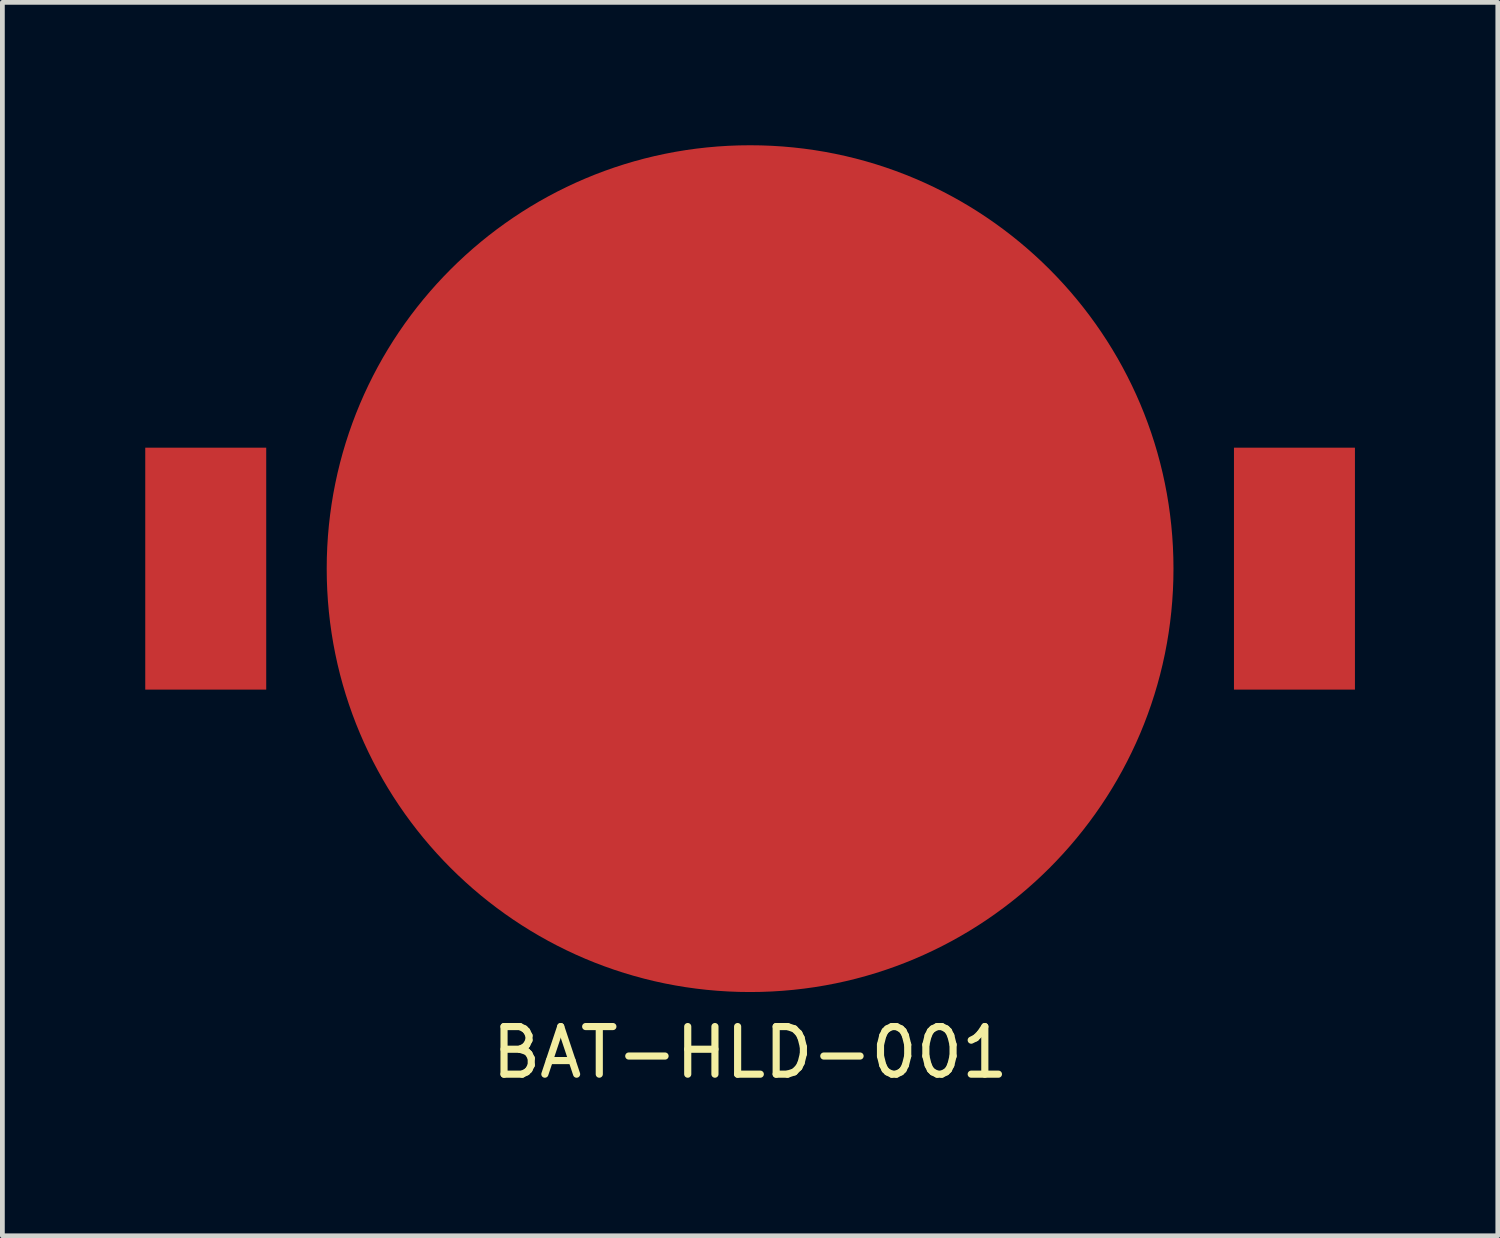
<source format=kicad_pcb>
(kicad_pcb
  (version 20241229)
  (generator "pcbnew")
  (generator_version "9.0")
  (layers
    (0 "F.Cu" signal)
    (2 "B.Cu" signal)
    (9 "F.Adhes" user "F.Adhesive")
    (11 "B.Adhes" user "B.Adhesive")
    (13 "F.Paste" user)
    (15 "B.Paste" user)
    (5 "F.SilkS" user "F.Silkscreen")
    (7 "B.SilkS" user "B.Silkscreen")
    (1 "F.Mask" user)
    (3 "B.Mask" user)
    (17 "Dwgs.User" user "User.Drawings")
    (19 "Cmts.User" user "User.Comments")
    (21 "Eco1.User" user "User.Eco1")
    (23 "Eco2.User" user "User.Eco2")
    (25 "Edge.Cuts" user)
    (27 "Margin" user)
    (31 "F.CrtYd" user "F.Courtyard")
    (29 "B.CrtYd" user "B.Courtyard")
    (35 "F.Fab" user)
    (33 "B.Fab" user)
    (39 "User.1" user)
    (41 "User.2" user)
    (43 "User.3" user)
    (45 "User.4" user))
  (footprint "BAT-HLD-001"
    (layer "F.Cu")
    (at 12.7 8.89)
    (property "Reference" "BAT-HLD-001" (at 0 10.16 0) (layer "F.SilkS") (effects (font (size 1 1) (thickness 0.15))))
    (attr through_hole)
    (pad "1" smd rect (at -11.43 0) (size 2.54 5.08) (layers "F.Cu" "F.Mask" "F.Paste"))
    (pad "1" smd rect (at 11.43 0) (size 2.54 5.08) (layers "F.Cu" "F.Mask" "F.Paste"))
    (pad "2" smd circle (at 0 0) (size 17.78 17.78) (layers "F.Cu" "F.Mask" "F.Paste")))
  (gr_rect
    (start -3 -3)
    (end 28.4 22.898)
    (stroke (width 0.1) (type default))
    (fill no)
    (layer "Edge.Cuts")))
</source>
